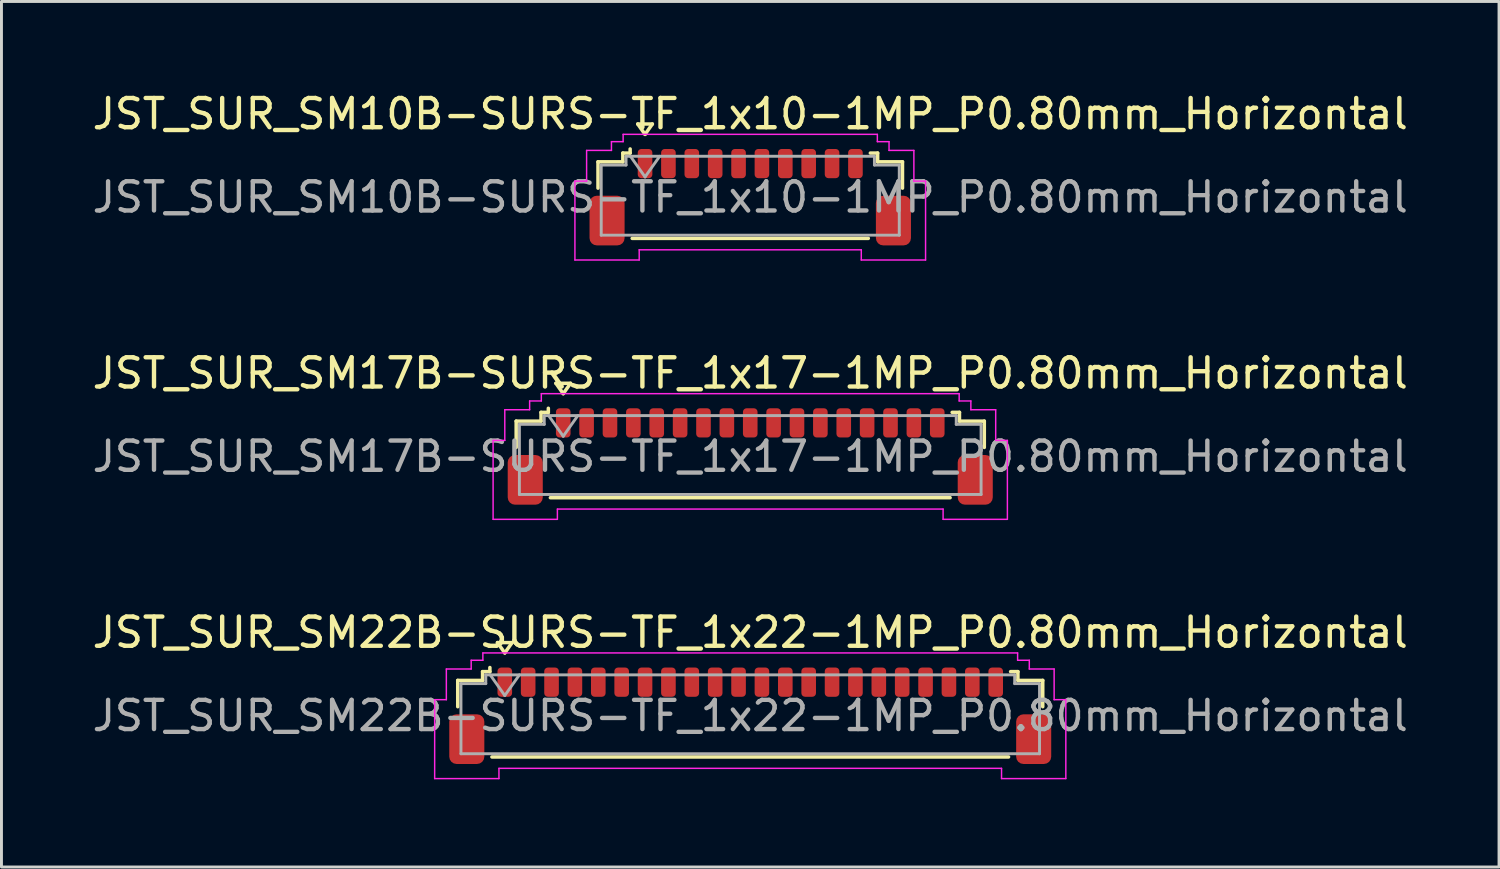
<source format=kicad_pcb>
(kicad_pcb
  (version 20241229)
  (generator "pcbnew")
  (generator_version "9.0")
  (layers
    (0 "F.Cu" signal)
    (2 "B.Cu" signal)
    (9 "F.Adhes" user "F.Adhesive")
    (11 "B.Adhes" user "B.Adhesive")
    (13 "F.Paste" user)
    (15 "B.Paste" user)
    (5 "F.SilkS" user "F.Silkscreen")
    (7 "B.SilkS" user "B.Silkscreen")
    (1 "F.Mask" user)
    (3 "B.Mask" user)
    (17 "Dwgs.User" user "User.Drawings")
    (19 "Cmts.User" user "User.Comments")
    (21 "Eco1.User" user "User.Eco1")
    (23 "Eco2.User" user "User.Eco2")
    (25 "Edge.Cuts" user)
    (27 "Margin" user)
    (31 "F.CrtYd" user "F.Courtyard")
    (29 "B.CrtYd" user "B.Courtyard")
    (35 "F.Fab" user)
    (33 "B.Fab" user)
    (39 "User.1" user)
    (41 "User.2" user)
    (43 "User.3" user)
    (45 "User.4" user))
  (footprint "JST_SUR_SM17B-SURS-TF_1x17-1MP_P0.80mm_Horizontal"
    (layer "F.Cu")
    (at 22.625 12.572)
    (property "Reference" "JST_SUR_SM17B-SURS-TF_1x17-1MP_P0.80mm_Horizontal" (at 0 -2.85 0) (layer "F.SilkS") (effects (font (size 1 1) (thickness 0.15))))
    (attr smd)
    (fp_line (start -8.01 -1.21) (end -7.16 -1.21) (stroke (width 0.12) (type solid)) (layer "F.SilkS"))
    (fp_line (start -8.01 -0.31) (end -8.01 -1.21) (stroke (width 0.12) (type solid)) (layer "F.SilkS"))
    (fp_line (start -7.16 -1.51) (end -6.91 -1.51) (stroke (width 0.12) (type solid)) (layer "F.SilkS"))
    (fp_line (start -7.16 -1.21) (end -7.16 -1.51) (stroke (width 0.12) (type solid)) (layer "F.SilkS"))
    (fp_line (start -6.91 -1.51) (end -6.91 -1.65) (stroke (width 0.12) (type solid)) (layer "F.SilkS"))
    (fp_line (start -6.84 1.41) (end 6.84 1.41) (stroke (width 0.12) (type solid)) (layer "F.SilkS"))
    (fp_line (start -6.65 -2.504) (end -6.4 -2.15) (stroke (width 0.12) (type solid)) (layer "F.SilkS"))
    (fp_line (start -6.4 -2.15) (end -6.15 -2.504) (stroke (width 0.12) (type solid)) (layer "F.SilkS"))
    (fp_line (start -6.15 -2.504) (end -6.65 -2.504) (stroke (width 0.12) (type solid)) (layer "F.SilkS"))
    (fp_line (start 7.16 -1.51) (end 6.91 -1.51) (stroke (width 0.12) (type solid)) (layer "F.SilkS"))
    (fp_line (start 7.16 -1.21) (end 7.16 -1.51) (stroke (width 0.12) (type solid)) (layer "F.SilkS"))
    (fp_line (start 8.01 -1.21) (end 7.16 -1.21) (stroke (width 0.12) (type solid)) (layer "F.SilkS"))
    (fp_line (start 8.01 -0.31) (end 8.01 -1.21) (stroke (width 0.12) (type solid)) (layer "F.SilkS"))
    (fp_line (start -8.8 -0.55) (end -8.4 -0.55) (stroke (width 0.05) (type solid)) (layer "F.CrtYd"))
    (fp_line (start -8.8 2.15) (end -8.8 -0.55) (stroke (width 0.05) (type solid)) (layer "F.CrtYd"))
    (fp_line (start -8.4 -1.6) (end -7.55 -1.6) (stroke (width 0.05) (type solid)) (layer "F.CrtYd"))
    (fp_line (start -8.4 -0.55) (end -8.4 -1.6) (stroke (width 0.05) (type solid)) (layer "F.CrtYd"))
    (fp_line (start -7.55 -1.9) (end -7.15 -1.9) (stroke (width 0.05) (type solid)) (layer "F.CrtYd"))
    (fp_line (start -7.55 -1.6) (end -7.55 -1.9) (stroke (width 0.05) (type solid)) (layer "F.CrtYd"))
    (fp_line (start -7.15 -2.15) (end 7.15 -2.15) (stroke (width 0.05) (type solid)) (layer "F.CrtYd"))
    (fp_line (start -7.15 -1.9) (end -7.15 -2.15) (stroke (width 0.05) (type solid)) (layer "F.CrtYd"))
    (fp_line (start -6.6 1.8) (end -6.6 2.15) (stroke (width 0.05) (type solid)) (layer "F.CrtYd"))
    (fp_line (start -6.6 2.15) (end -8.8 2.15) (stroke (width 0.05) (type solid)) (layer "F.CrtYd"))
    (fp_line (start 6.6 1.8) (end -6.6 1.8) (stroke (width 0.05) (type solid)) (layer "F.CrtYd"))
    (fp_line (start 6.6 2.15) (end 6.6 1.8) (stroke (width 0.05) (type solid)) (layer "F.CrtYd"))
    (fp_line (start 7.15 -2.15) (end 7.15 -1.9) (stroke (width 0.05) (type solid)) (layer "F.CrtYd"))
    (fp_line (start 7.15 -1.9) (end 7.55 -1.9) (stroke (width 0.05) (type solid)) (layer "F.CrtYd"))
    (fp_line (start 7.55 -1.9) (end 7.55 -1.6) (stroke (width 0.05) (type solid)) (layer "F.CrtYd"))
    (fp_line (start 7.55 -1.6) (end 8.4 -1.6) (stroke (width 0.05) (type solid)) (layer "F.CrtYd"))
    (fp_line (start 8.4 -1.6) (end 8.4 -0.55) (stroke (width 0.05) (type solid)) (layer "F.CrtYd"))
    (fp_line (start 8.4 -0.55) (end 8.8 -0.55) (stroke (width 0.05) (type solid)) (layer "F.CrtYd"))
    (fp_line (start 8.8 -0.55) (end 8.8 2.15) (stroke (width 0.05) (type solid)) (layer "F.CrtYd"))
    (fp_line (start 8.8 2.15) (end 6.6 2.15) (stroke (width 0.05) (type solid)) (layer "F.CrtYd"))
    (fp_line (start -7.9 -1.1) (end -7.9 1.3) (stroke (width 0.1) (type solid)) (layer "F.Fab"))
    (fp_line (start -7.9 -1.1) (end -7.05 -1.1) (stroke (width 0.1) (type solid)) (layer "F.Fab"))
    (fp_line (start -7.9 1.3) (end 7.9 1.3) (stroke (width 0.1) (type solid)) (layer "F.Fab"))
    (fp_line (start -7.05 -1.4) (end 7.05 -1.4) (stroke (width 0.1) (type solid)) (layer "F.Fab"))
    (fp_line (start -7.05 -1.1) (end -7.05 -1.4) (stroke (width 0.1) (type solid)) (layer "F.Fab"))
    (fp_line (start -6.9 -1.4) (end -6.4 -0.693) (stroke (width 0.1) (type solid)) (layer "F.Fab"))
    (fp_line (start -6.4 -0.693) (end -5.9 -1.4) (stroke (width 0.1) (type solid)) (layer "F.Fab"))
    (fp_line (start 7.05 -1.4) (end 7.05 -1.1) (stroke (width 0.1) (type solid)) (layer "F.Fab"))
    (fp_line (start 7.05 -1.1) (end 7.9 -1.1) (stroke (width 0.1) (type solid)) (layer "F.Fab"))
    (fp_line (start 7.9 -1.1) (end 7.9 1.3) (stroke (width 0.1) (type solid)) (layer "F.Fab"))
    (fp_text user "${REFERENCE}" (at 0 0 0) (layer "F.Fab") (effects (font (size 1 1) (thickness 0.15))))
    (pad "1" smd roundrect (at -6.4 -1.15) (size 0.5 1) (layers "F.Cu" "F.Mask" "F.Paste") (roundrect_rratio 0.25))
    (pad "2" smd roundrect (at -5.6 -1.15) (size 0.5 1) (layers "F.Cu" "F.Mask" "F.Paste") (roundrect_rratio 0.25))
    (pad "3" smd roundrect (at -4.8 -1.15) (size 0.5 1) (layers "F.Cu" "F.Mask" "F.Paste") (roundrect_rratio 0.25))
    (pad "4" smd roundrect (at -4 -1.15) (size 0.5 1) (layers "F.Cu" "F.Mask" "F.Paste") (roundrect_rratio 0.25))
    (pad "5" smd roundrect (at -3.2 -1.15) (size 0.5 1) (layers "F.Cu" "F.Mask" "F.Paste") (roundrect_rratio 0.25))
    (pad "6" smd roundrect (at -2.4 -1.15) (size 0.5 1) (layers "F.Cu" "F.Mask" "F.Paste") (roundrect_rratio 0.25))
    (pad "7" smd roundrect (at -1.6 -1.15) (size 0.5 1) (layers "F.Cu" "F.Mask" "F.Paste") (roundrect_rratio 0.25))
    (pad "8" smd roundrect (at -0.8 -1.15) (size 0.5 1) (layers "F.Cu" "F.Mask" "F.Paste") (roundrect_rratio 0.25))
    (pad "9" smd roundrect (at 0 -1.15) (size 0.5 1) (layers "F.Cu" "F.Mask" "F.Paste") (roundrect_rratio 0.25))
    (pad "10" smd roundrect (at 0.8 -1.15) (size 0.5 1) (layers "F.Cu" "F.Mask" "F.Paste") (roundrect_rratio 0.25))
    (pad "11" smd roundrect (at 1.6 -1.15) (size 0.5 1) (layers "F.Cu" "F.Mask" "F.Paste") (roundrect_rratio 0.25))
    (pad "12" smd roundrect (at 2.4 -1.15) (size 0.5 1) (layers "F.Cu" "F.Mask" "F.Paste") (roundrect_rratio 0.25))
    (pad "13" smd roundrect (at 3.2 -1.15) (size 0.5 1) (layers "F.Cu" "F.Mask" "F.Paste") (roundrect_rratio 0.25))
    (pad "14" smd roundrect (at 4 -1.15) (size 0.5 1) (layers "F.Cu" "F.Mask" "F.Paste") (roundrect_rratio 0.25))
    (pad "15" smd roundrect (at 4.8 -1.15) (size 0.5 1) (layers "F.Cu" "F.Mask" "F.Paste") (roundrect_rratio 0.25))
    (pad "16" smd roundrect (at 5.6 -1.15) (size 0.5 1) (layers "F.Cu" "F.Mask" "F.Paste") (roundrect_rratio 0.25))
    (pad "17" smd roundrect (at 6.4 -1.15) (size 0.5 1) (layers "F.Cu" "F.Mask" "F.Paste") (roundrect_rratio 0.25))
    (pad "MP" smd roundrect (at -7.7 0.8) (size 1.2 1.7) (layers "F.Cu" "F.Mask" "F.Paste") (roundrect_rratio 0.208))
    (pad "MP" smd roundrect (at 7.7 0.8) (size 1.2 1.7) (layers "F.Cu" "F.Mask" "F.Paste") (roundrect_rratio 0.208)))
  (footprint "JST_SUR_SM22B-SURS-TF_1x22-1MP_P0.80mm_Horizontal"
    (layer "F.Cu")
    (at 22.625 21.445)
    (property "Reference" "JST_SUR_SM22B-SURS-TF_1x22-1MP_P0.80mm_Horizontal" (at 0 -2.85 0) (layer "F.SilkS") (effects (font (size 1 1) (thickness 0.15))))
    (attr smd)
    (fp_line (start -10.01 -1.21) (end -9.16 -1.21) (stroke (width 0.12) (type solid)) (layer "F.SilkS"))
    (fp_line (start -10.01 -0.31) (end -10.01 -1.21) (stroke (width 0.12) (type solid)) (layer "F.SilkS"))
    (fp_line (start -9.16 -1.51) (end -8.91 -1.51) (stroke (width 0.12) (type solid)) (layer "F.SilkS"))
    (fp_line (start -9.16 -1.21) (end -9.16 -1.51) (stroke (width 0.12) (type solid)) (layer "F.SilkS"))
    (fp_line (start -8.91 -1.51) (end -8.91 -1.65) (stroke (width 0.12) (type solid)) (layer "F.SilkS"))
    (fp_line (start -8.84 1.41) (end 8.84 1.41) (stroke (width 0.12) (type solid)) (layer "F.SilkS"))
    (fp_line (start -8.65 -2.504) (end -8.4 -2.15) (stroke (width 0.12) (type solid)) (layer "F.SilkS"))
    (fp_line (start -8.4 -2.15) (end -8.15 -2.504) (stroke (width 0.12) (type solid)) (layer "F.SilkS"))
    (fp_line (start -8.15 -2.504) (end -8.65 -2.504) (stroke (width 0.12) (type solid)) (layer "F.SilkS"))
    (fp_line (start 9.16 -1.51) (end 8.91 -1.51) (stroke (width 0.12) (type solid)) (layer "F.SilkS"))
    (fp_line (start 9.16 -1.21) (end 9.16 -1.51) (stroke (width 0.12) (type solid)) (layer "F.SilkS"))
    (fp_line (start 10.01 -1.21) (end 9.16 -1.21) (stroke (width 0.12) (type solid)) (layer "F.SilkS"))
    (fp_line (start 10.01 -0.31) (end 10.01 -1.21) (stroke (width 0.12) (type solid)) (layer "F.SilkS"))
    (fp_line (start -10.8 -0.55) (end -10.4 -0.55) (stroke (width 0.05) (type solid)) (layer "F.CrtYd"))
    (fp_line (start -10.8 2.15) (end -10.8 -0.55) (stroke (width 0.05) (type solid)) (layer "F.CrtYd"))
    (fp_line (start -10.4 -1.6) (end -9.55 -1.6) (stroke (width 0.05) (type solid)) (layer "F.CrtYd"))
    (fp_line (start -10.4 -0.55) (end -10.4 -1.6) (stroke (width 0.05) (type solid)) (layer "F.CrtYd"))
    (fp_line (start -9.55 -1.9) (end -9.15 -1.9) (stroke (width 0.05) (type solid)) (layer "F.CrtYd"))
    (fp_line (start -9.55 -1.6) (end -9.55 -1.9) (stroke (width 0.05) (type solid)) (layer "F.CrtYd"))
    (fp_line (start -9.15 -2.15) (end 9.15 -2.15) (stroke (width 0.05) (type solid)) (layer "F.CrtYd"))
    (fp_line (start -9.15 -1.9) (end -9.15 -2.15) (stroke (width 0.05) (type solid)) (layer "F.CrtYd"))
    (fp_line (start -8.6 1.8) (end -8.6 2.15) (stroke (width 0.05) (type solid)) (layer "F.CrtYd"))
    (fp_line (start -8.6 2.15) (end -10.8 2.15) (stroke (width 0.05) (type solid)) (layer "F.CrtYd"))
    (fp_line (start 8.6 1.8) (end -8.6 1.8) (stroke (width 0.05) (type solid)) (layer "F.CrtYd"))
    (fp_line (start 8.6 2.15) (end 8.6 1.8) (stroke (width 0.05) (type solid)) (layer "F.CrtYd"))
    (fp_line (start 9.15 -2.15) (end 9.15 -1.9) (stroke (width 0.05) (type solid)) (layer "F.CrtYd"))
    (fp_line (start 9.15 -1.9) (end 9.55 -1.9) (stroke (width 0.05) (type solid)) (layer "F.CrtYd"))
    (fp_line (start 9.55 -1.9) (end 9.55 -1.6) (stroke (width 0.05) (type solid)) (layer "F.CrtYd"))
    (fp_line (start 9.55 -1.6) (end 10.4 -1.6) (stroke (width 0.05) (type solid)) (layer "F.CrtYd"))
    (fp_line (start 10.4 -1.6) (end 10.4 -0.55) (stroke (width 0.05) (type solid)) (layer "F.CrtYd"))
    (fp_line (start 10.4 -0.55) (end 10.8 -0.55) (stroke (width 0.05) (type solid)) (layer "F.CrtYd"))
    (fp_line (start 10.8 -0.55) (end 10.8 2.15) (stroke (width 0.05) (type solid)) (layer "F.CrtYd"))
    (fp_line (start 10.8 2.15) (end 8.6 2.15) (stroke (width 0.05) (type solid)) (layer "F.CrtYd"))
    (fp_line (start -9.9 -1.1) (end -9.9 1.3) (stroke (width 0.1) (type solid)) (layer "F.Fab"))
    (fp_line (start -9.9 -1.1) (end -9.05 -1.1) (stroke (width 0.1) (type solid)) (layer "F.Fab"))
    (fp_line (start -9.9 1.3) (end 9.9 1.3) (stroke (width 0.1) (type solid)) (layer "F.Fab"))
    (fp_line (start -9.05 -1.4) (end 9.05 -1.4) (stroke (width 0.1) (type solid)) (layer "F.Fab"))
    (fp_line (start -9.05 -1.1) (end -9.05 -1.4) (stroke (width 0.1) (type solid)) (layer "F.Fab"))
    (fp_line (start -8.9 -1.4) (end -8.4 -0.693) (stroke (width 0.1) (type solid)) (layer "F.Fab"))
    (fp_line (start -8.4 -0.693) (end -7.9 -1.4) (stroke (width 0.1) (type solid)) (layer "F.Fab"))
    (fp_line (start 9.05 -1.4) (end 9.05 -1.1) (stroke (width 0.1) (type solid)) (layer "F.Fab"))
    (fp_line (start 9.05 -1.1) (end 9.9 -1.1) (stroke (width 0.1) (type solid)) (layer "F.Fab"))
    (fp_line (start 9.9 -1.1) (end 9.9 1.3) (stroke (width 0.1) (type solid)) (layer "F.Fab"))
    (fp_text user "${REFERENCE}" (at 0 0 0) (layer "F.Fab") (effects (font (size 1 1) (thickness 0.15))))
    (pad "1" smd roundrect (at -8.4 -1.15) (size 0.5 1) (layers "F.Cu" "F.Mask" "F.Paste") (roundrect_rratio 0.25))
    (pad "2" smd roundrect (at -7.6 -1.15) (size 0.5 1) (layers "F.Cu" "F.Mask" "F.Paste") (roundrect_rratio 0.25))
    (pad "3" smd roundrect (at -6.8 -1.15) (size 0.5 1) (layers "F.Cu" "F.Mask" "F.Paste") (roundrect_rratio 0.25))
    (pad "4" smd roundrect (at -6 -1.15) (size 0.5 1) (layers "F.Cu" "F.Mask" "F.Paste") (roundrect_rratio 0.25))
    (pad "5" smd roundrect (at -5.2 -1.15) (size 0.5 1) (layers "F.Cu" "F.Mask" "F.Paste") (roundrect_rratio 0.25))
    (pad "6" smd roundrect (at -4.4 -1.15) (size 0.5 1) (layers "F.Cu" "F.Mask" "F.Paste") (roundrect_rratio 0.25))
    (pad "7" smd roundrect (at -3.6 -1.15) (size 0.5 1) (layers "F.Cu" "F.Mask" "F.Paste") (roundrect_rratio 0.25))
    (pad "8" smd roundrect (at -2.8 -1.15) (size 0.5 1) (layers "F.Cu" "F.Mask" "F.Paste") (roundrect_rratio 0.25))
    (pad "9" smd roundrect (at -2 -1.15) (size 0.5 1) (layers "F.Cu" "F.Mask" "F.Paste") (roundrect_rratio 0.25))
    (pad "10" smd roundrect (at -1.2 -1.15) (size 0.5 1) (layers "F.Cu" "F.Mask" "F.Paste") (roundrect_rratio 0.25))
    (pad "11" smd roundrect (at -0.4 -1.15) (size 0.5 1) (layers "F.Cu" "F.Mask" "F.Paste") (roundrect_rratio 0.25))
    (pad "12" smd roundrect (at 0.4 -1.15) (size 0.5 1) (layers "F.Cu" "F.Mask" "F.Paste") (roundrect_rratio 0.25))
    (pad "13" smd roundrect (at 1.2 -1.15) (size 0.5 1) (layers "F.Cu" "F.Mask" "F.Paste") (roundrect_rratio 0.25))
    (pad "14" smd roundrect (at 2 -1.15) (size 0.5 1) (layers "F.Cu" "F.Mask" "F.Paste") (roundrect_rratio 0.25))
    (pad "15" smd roundrect (at 2.8 -1.15) (size 0.5 1) (layers "F.Cu" "F.Mask" "F.Paste") (roundrect_rratio 0.25))
    (pad "16" smd roundrect (at 3.6 -1.15) (size 0.5 1) (layers "F.Cu" "F.Mask" "F.Paste") (roundrect_rratio 0.25))
    (pad "17" smd roundrect (at 4.4 -1.15) (size 0.5 1) (layers "F.Cu" "F.Mask" "F.Paste") (roundrect_rratio 0.25))
    (pad "18" smd roundrect (at 5.2 -1.15) (size 0.5 1) (layers "F.Cu" "F.Mask" "F.Paste") (roundrect_rratio 0.25))
    (pad "19" smd roundrect (at 6 -1.15) (size 0.5 1) (layers "F.Cu" "F.Mask" "F.Paste") (roundrect_rratio 0.25))
    (pad "20" smd roundrect (at 6.8 -1.15) (size 0.5 1) (layers "F.Cu" "F.Mask" "F.Paste") (roundrect_rratio 0.25))
    (pad "21" smd roundrect (at 7.6 -1.15) (size 0.5 1) (layers "F.Cu" "F.Mask" "F.Paste") (roundrect_rratio 0.25))
    (pad "22" smd roundrect (at 8.4 -1.15) (size 0.5 1) (layers "F.Cu" "F.Mask" "F.Paste") (roundrect_rratio 0.25))
    (pad "MP" smd roundrect (at -9.7 0.8) (size 1.2 1.7) (layers "F.Cu" "F.Mask" "F.Paste") (roundrect_rratio 0.208))
    (pad "MP" smd roundrect (at 9.7 0.8) (size 1.2 1.7) (layers "F.Cu" "F.Mask" "F.Paste") (roundrect_rratio 0.208)))
  (footprint "JST_SUR_SM10B-SURS-TF_1x10-1MP_P0.80mm_Horizontal"
    (layer "F.Cu")
    (at 22.625 3.698)
    (property "Reference" "JST_SUR_SM10B-SURS-TF_1x10-1MP_P0.80mm_Horizontal" (at 0 -2.85 0) (layer "F.SilkS") (effects (font (size 1 1) (thickness 0.15))))
    (attr smd)
    (fp_line (start -5.21 -1.21) (end -4.36 -1.21) (stroke (width 0.12) (type solid)) (layer "F.SilkS"))
    (fp_line (start -5.21 -0.31) (end -5.21 -1.21) (stroke (width 0.12) (type solid)) (layer "F.SilkS"))
    (fp_line (start -4.36 -1.51) (end -4.11 -1.51) (stroke (width 0.12) (type solid)) (layer "F.SilkS"))
    (fp_line (start -4.36 -1.21) (end -4.36 -1.51) (stroke (width 0.12) (type solid)) (layer "F.SilkS"))
    (fp_line (start -4.11 -1.51) (end -4.11 -1.65) (stroke (width 0.12) (type solid)) (layer "F.SilkS"))
    (fp_line (start -4.04 1.41) (end 4.04 1.41) (stroke (width 0.12) (type solid)) (layer "F.SilkS"))
    (fp_line (start -3.85 -2.504) (end -3.6 -2.15) (stroke (width 0.12) (type solid)) (layer "F.SilkS"))
    (fp_line (start -3.6 -2.15) (end -3.35 -2.504) (stroke (width 0.12) (type solid)) (layer "F.SilkS"))
    (fp_line (start -3.35 -2.504) (end -3.85 -2.504) (stroke (width 0.12) (type solid)) (layer "F.SilkS"))
    (fp_line (start 4.36 -1.51) (end 4.11 -1.51) (stroke (width 0.12) (type solid)) (layer "F.SilkS"))
    (fp_line (start 4.36 -1.21) (end 4.36 -1.51) (stroke (width 0.12) (type solid)) (layer "F.SilkS"))
    (fp_line (start 5.21 -1.21) (end 4.36 -1.21) (stroke (width 0.12) (type solid)) (layer "F.SilkS"))
    (fp_line (start 5.21 -0.31) (end 5.21 -1.21) (stroke (width 0.12) (type solid)) (layer "F.SilkS"))
    (fp_line (start -6 -0.55) (end -5.6 -0.55) (stroke (width 0.05) (type solid)) (layer "F.CrtYd"))
    (fp_line (start -6 2.15) (end -6 -0.55) (stroke (width 0.05) (type solid)) (layer "F.CrtYd"))
    (fp_line (start -5.6 -1.6) (end -4.75 -1.6) (stroke (width 0.05) (type solid)) (layer "F.CrtYd"))
    (fp_line (start -5.6 -0.55) (end -5.6 -1.6) (stroke (width 0.05) (type solid)) (layer "F.CrtYd"))
    (fp_line (start -4.75 -1.9) (end -4.35 -1.9) (stroke (width 0.05) (type solid)) (layer "F.CrtYd"))
    (fp_line (start -4.75 -1.6) (end -4.75 -1.9) (stroke (width 0.05) (type solid)) (layer "F.CrtYd"))
    (fp_line (start -4.35 -2.15) (end 4.35 -2.15) (stroke (width 0.05) (type solid)) (layer "F.CrtYd"))
    (fp_line (start -4.35 -1.9) (end -4.35 -2.15) (stroke (width 0.05) (type solid)) (layer "F.CrtYd"))
    (fp_line (start -3.8 1.8) (end -3.8 2.15) (stroke (width 0.05) (type solid)) (layer "F.CrtYd"))
    (fp_line (start -3.8 2.15) (end -6 2.15) (stroke (width 0.05) (type solid)) (layer "F.CrtYd"))
    (fp_line (start 3.8 1.8) (end -3.8 1.8) (stroke (width 0.05) (type solid)) (layer "F.CrtYd"))
    (fp_line (start 3.8 2.15) (end 3.8 1.8) (stroke (width 0.05) (type solid)) (layer "F.CrtYd"))
    (fp_line (start 4.35 -2.15) (end 4.35 -1.9) (stroke (width 0.05) (type solid)) (layer "F.CrtYd"))
    (fp_line (start 4.35 -1.9) (end 4.75 -1.9) (stroke (width 0.05) (type solid)) (layer "F.CrtYd"))
    (fp_line (start 4.75 -1.9) (end 4.75 -1.6) (stroke (width 0.05) (type solid)) (layer "F.CrtYd"))
    (fp_line (start 4.75 -1.6) (end 5.6 -1.6) (stroke (width 0.05) (type solid)) (layer "F.CrtYd"))
    (fp_line (start 5.6 -1.6) (end 5.6 -0.55) (stroke (width 0.05) (type solid)) (layer "F.CrtYd"))
    (fp_line (start 5.6 -0.55) (end 6 -0.55) (stroke (width 0.05) (type solid)) (layer "F.CrtYd"))
    (fp_line (start 6 -0.55) (end 6 2.15) (stroke (width 0.05) (type solid)) (layer "F.CrtYd"))
    (fp_line (start 6 2.15) (end 3.8 2.15) (stroke (width 0.05) (type solid)) (layer "F.CrtYd"))
    (fp_line (start -5.1 -1.1) (end -5.1 1.3) (stroke (width 0.1) (type solid)) (layer "F.Fab"))
    (fp_line (start -5.1 -1.1) (end -4.25 -1.1) (stroke (width 0.1) (type solid)) (layer "F.Fab"))
    (fp_line (start -5.1 1.3) (end 5.1 1.3) (stroke (width 0.1) (type solid)) (layer "F.Fab"))
    (fp_line (start -4.25 -1.4) (end 4.25 -1.4) (stroke (width 0.1) (type solid)) (layer "F.Fab"))
    (fp_line (start -4.25 -1.1) (end -4.25 -1.4) (stroke (width 0.1) (type solid)) (layer "F.Fab"))
    (fp_line (start -4.1 -1.4) (end -3.6 -0.693) (stroke (width 0.1) (type solid)) (layer "F.Fab"))
    (fp_line (start -3.6 -0.693) (end -3.1 -1.4) (stroke (width 0.1) (type solid)) (layer "F.Fab"))
    (fp_line (start 4.25 -1.4) (end 4.25 -1.1) (stroke (width 0.1) (type solid)) (layer "F.Fab"))
    (fp_line (start 4.25 -1.1) (end 5.1 -1.1) (stroke (width 0.1) (type solid)) (layer "F.Fab"))
    (fp_line (start 5.1 -1.1) (end 5.1 1.3) (stroke (width 0.1) (type solid)) (layer "F.Fab"))
    (fp_text user "${REFERENCE}" (at 0 0 0) (layer "F.Fab") (effects (font (size 1 1) (thickness 0.15))))
    (pad "1" smd roundrect (at -3.6 -1.15) (size 0.5 1) (layers "F.Cu" "F.Mask" "F.Paste") (roundrect_rratio 0.25))
    (pad "2" smd roundrect (at -2.8 -1.15) (size 0.5 1) (layers "F.Cu" "F.Mask" "F.Paste") (roundrect_rratio 0.25))
    (pad "3" smd roundrect (at -2 -1.15) (size 0.5 1) (layers "F.Cu" "F.Mask" "F.Paste") (roundrect_rratio 0.25))
    (pad "4" smd roundrect (at -1.2 -1.15) (size 0.5 1) (layers "F.Cu" "F.Mask" "F.Paste") (roundrect_rratio 0.25))
    (pad "5" smd roundrect (at -0.4 -1.15) (size 0.5 1) (layers "F.Cu" "F.Mask" "F.Paste") (roundrect_rratio 0.25))
    (pad "6" smd roundrect (at 0.4 -1.15) (size 0.5 1) (layers "F.Cu" "F.Mask" "F.Paste") (roundrect_rratio 0.25))
    (pad "7" smd roundrect (at 1.2 -1.15) (size 0.5 1) (layers "F.Cu" "F.Mask" "F.Paste") (roundrect_rratio 0.25))
    (pad "8" smd roundrect (at 2 -1.15) (size 0.5 1) (layers "F.Cu" "F.Mask" "F.Paste") (roundrect_rratio 0.25))
    (pad "9" smd roundrect (at 2.8 -1.15) (size 0.5 1) (layers "F.Cu" "F.Mask" "F.Paste") (roundrect_rratio 0.25))
    (pad "10" smd roundrect (at 3.6 -1.15) (size 0.5 1) (layers "F.Cu" "F.Mask" "F.Paste") (roundrect_rratio 0.25))
    (pad "MP" smd roundrect (at -4.9 0.8) (size 1.2 1.7) (layers "F.Cu" "F.Mask" "F.Paste") (roundrect_rratio 0.208))
    (pad "MP" smd roundrect (at 4.9 0.8) (size 1.2 1.7) (layers "F.Cu" "F.Mask" "F.Paste") (roundrect_rratio 0.208)))
  (gr_rect
    (start -3 -3)
    (end 48.25 26.62)
    (stroke (width 0.1) (type default))
    (fill no)
    (layer "Edge.Cuts")))
</source>
